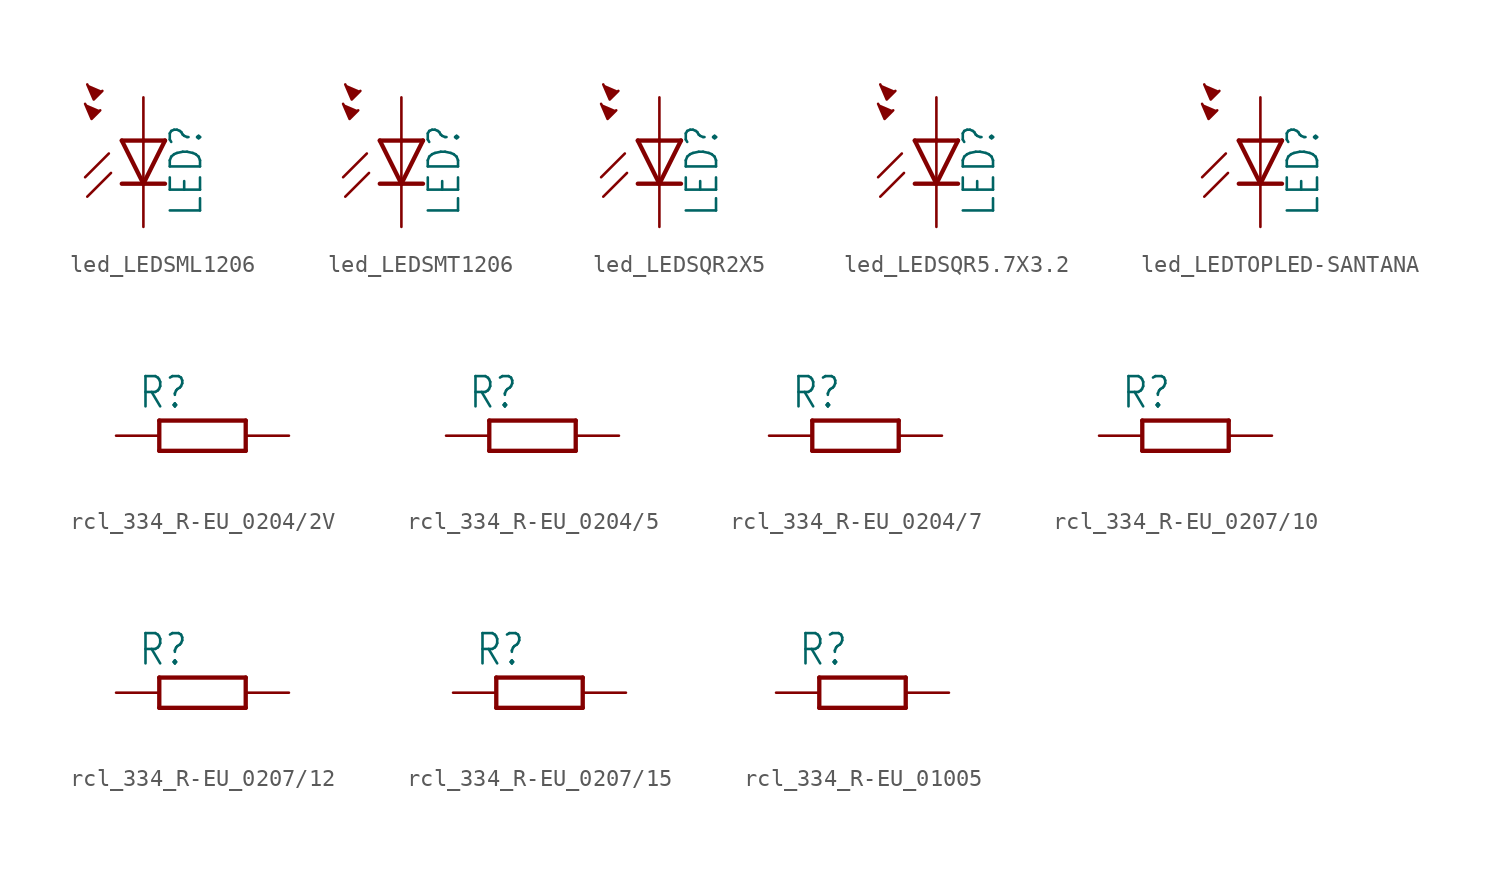
<source format=kicad_sym>
(kicad_symbol_lib
  (version 20241209)
  (generator "kicad_symbol_editor")
  (generator_version "9.0")
  (symbol "led_LEDSML1206"
    (property "Reference" "LED"
      (at 3.556 -4.572 90)
      (effects (font (size 1.778 1.511)) (justify left bottom)))
    (property "Value" ""
      (at 5.715 -4.572 90)
      (effects (font (size 1.778 1.511)) (justify left bottom)))
    (property "ki_locked" ""
      (at 0 0 0)
      (effects (font (size 1.27 1.27))))
    (symbol "led_LEDSML1206_1_0"
      (polyline (pts (xy -3.429 2.159) (xy -3.048 1.27) (xy -2.54 1.778)) (stroke (width 0.152) (type solid)) (fill (type outline)))
      (polyline (pts (xy -3.302 3.302) (xy -2.921 2.413) (xy -2.413 2.921)) (stroke (width 0.152) (type solid)) (fill (type outline)))
      (polyline (pts (xy -2.032 -0.762) (xy -3.429 -2.159)) (stroke (width 0.152) (type solid)) (fill (type none)))
      (polyline (pts (xy -1.905 -1.905) (xy -3.302 -3.302)) (stroke (width 0.152) (type solid)) (fill (type none)))
      (polyline (pts (xy 0 0) (xy -1.27 0)) (stroke (width 0.254) (type solid)) (fill (type none)))
      (polyline (pts (xy 0 0) (xy 0 -2.54)) (stroke (width 0.152) (type solid)) (fill (type none)))
      (polyline (pts (xy 0 -2.54) (xy -1.27 0)) (stroke (width 0.254) (type solid)) (fill (type none)))
      (polyline (pts (xy 0 -2.54) (xy -1.27 -2.54)) (stroke (width 0.254) (type solid)) (fill (type none)))
      (polyline (pts (xy 1.27 0) (xy 0 0)) (stroke (width 0.254) (type solid)) (fill (type none)))
      (polyline (pts (xy 1.27 0) (xy 0 -2.54)) (stroke (width 0.254) (type solid)) (fill (type none)))
      (polyline (pts (xy 1.27 -2.54) (xy 0 -2.54)) (stroke (width 0.254) (type solid)) (fill (type none)))
      (pin passive line (at 0 2.54 270) (length 2.54) (name "A" (effects (font (size 0 0)))) (number "A" (effects (font (size 0 0)))))
      (pin passive line (at 0 -5.08 90) (length 2.54) (name "C" (effects (font (size 0 0)))) (number "C" (effects (font (size 0 0)))))))
  (symbol "led_LEDSMT1206"
    (property "Reference" "LED"
      (at 3.556 -4.572 90)
      (effects (font (size 1.778 1.511)) (justify left bottom)))
    (property "Value" ""
      (at 5.715 -4.572 90)
      (effects (font (size 1.778 1.511)) (justify left bottom)))
    (property "ki_locked" ""
      (at 0 0 0)
      (effects (font (size 1.27 1.27))))
    (symbol "led_LEDSMT1206_1_0"
      (polyline (pts (xy -3.429 2.159) (xy -3.048 1.27) (xy -2.54 1.778)) (stroke (width 0.152) (type solid)) (fill (type outline)))
      (polyline (pts (xy -3.302 3.302) (xy -2.921 2.413) (xy -2.413 2.921)) (stroke (width 0.152) (type solid)) (fill (type outline)))
      (polyline (pts (xy -2.032 -0.762) (xy -3.429 -2.159)) (stroke (width 0.152) (type solid)) (fill (type none)))
      (polyline (pts (xy -1.905 -1.905) (xy -3.302 -3.302)) (stroke (width 0.152) (type solid)) (fill (type none)))
      (polyline (pts (xy 0 0) (xy -1.27 0)) (stroke (width 0.254) (type solid)) (fill (type none)))
      (polyline (pts (xy 0 0) (xy 0 -2.54)) (stroke (width 0.152) (type solid)) (fill (type none)))
      (polyline (pts (xy 0 -2.54) (xy -1.27 0)) (stroke (width 0.254) (type solid)) (fill (type none)))
      (polyline (pts (xy 0 -2.54) (xy -1.27 -2.54)) (stroke (width 0.254) (type solid)) (fill (type none)))
      (polyline (pts (xy 1.27 0) (xy 0 0)) (stroke (width 0.254) (type solid)) (fill (type none)))
      (polyline (pts (xy 1.27 0) (xy 0 -2.54)) (stroke (width 0.254) (type solid)) (fill (type none)))
      (polyline (pts (xy 1.27 -2.54) (xy 0 -2.54)) (stroke (width 0.254) (type solid)) (fill (type none)))
      (pin passive line (at 0 2.54 270) (length 2.54) (name "A" (effects (font (size 0 0)))) (number "A" (effects (font (size 0 0)))))
      (pin passive line (at 0 -5.08 90) (length 2.54) (name "C" (effects (font (size 0 0)))) (number "C" (effects (font (size 0 0)))))))
  (symbol "led_LEDSQR2X5"
    (property "Reference" "LED"
      (at 3.556 -4.572 90)
      (effects (font (size 1.778 1.511)) (justify left bottom)))
    (property "Value" ""
      (at 5.715 -4.572 90)
      (effects (font (size 1.778 1.511)) (justify left bottom)))
    (property "ki_locked" ""
      (at 0 0 0)
      (effects (font (size 1.27 1.27))))
    (symbol "led_LEDSQR2X5_1_0"
      (polyline (pts (xy -3.429 2.159) (xy -3.048 1.27) (xy -2.54 1.778)) (stroke (width 0.152) (type solid)) (fill (type outline)))
      (polyline (pts (xy -3.302 3.302) (xy -2.921 2.413) (xy -2.413 2.921)) (stroke (width 0.152) (type solid)) (fill (type outline)))
      (polyline (pts (xy -2.032 -0.762) (xy -3.429 -2.159)) (stroke (width 0.152) (type solid)) (fill (type none)))
      (polyline (pts (xy -1.905 -1.905) (xy -3.302 -3.302)) (stroke (width 0.152) (type solid)) (fill (type none)))
      (polyline (pts (xy 0 0) (xy -1.27 0)) (stroke (width 0.254) (type solid)) (fill (type none)))
      (polyline (pts (xy 0 0) (xy 0 -2.54)) (stroke (width 0.152) (type solid)) (fill (type none)))
      (polyline (pts (xy 0 -2.54) (xy -1.27 0)) (stroke (width 0.254) (type solid)) (fill (type none)))
      (polyline (pts (xy 0 -2.54) (xy -1.27 -2.54)) (stroke (width 0.254) (type solid)) (fill (type none)))
      (polyline (pts (xy 1.27 0) (xy 0 0)) (stroke (width 0.254) (type solid)) (fill (type none)))
      (polyline (pts (xy 1.27 0) (xy 0 -2.54)) (stroke (width 0.254) (type solid)) (fill (type none)))
      (polyline (pts (xy 1.27 -2.54) (xy 0 -2.54)) (stroke (width 0.254) (type solid)) (fill (type none)))
      (pin passive line (at 0 2.54 270) (length 2.54) (name "A" (effects (font (size 0 0)))) (number "A" (effects (font (size 0 0)))))
      (pin passive line (at 0 -5.08 90) (length 2.54) (name "C" (effects (font (size 0 0)))) (number "K" (effects (font (size 0 0)))))))
  (symbol "led_LEDSQR5.7X3.2"
    (property "Reference" "LED"
      (at 3.556 -4.572 90)
      (effects (font (size 1.778 1.511)) (justify left bottom)))
    (property "Value" ""
      (at 5.715 -4.572 90)
      (effects (font (size 1.778 1.511)) (justify left bottom)))
    (property "ki_locked" ""
      (at 0 0 0)
      (effects (font (size 1.27 1.27))))
    (symbol "led_LEDSQR5.7X3.2_1_0"
      (polyline (pts (xy -3.429 2.159) (xy -3.048 1.27) (xy -2.54 1.778)) (stroke (width 0.152) (type solid)) (fill (type outline)))
      (polyline (pts (xy -3.302 3.302) (xy -2.921 2.413) (xy -2.413 2.921)) (stroke (width 0.152) (type solid)) (fill (type outline)))
      (polyline (pts (xy -2.032 -0.762) (xy -3.429 -2.159)) (stroke (width 0.152) (type solid)) (fill (type none)))
      (polyline (pts (xy -1.905 -1.905) (xy -3.302 -3.302)) (stroke (width 0.152) (type solid)) (fill (type none)))
      (polyline (pts (xy 0 0) (xy -1.27 0)) (stroke (width 0.254) (type solid)) (fill (type none)))
      (polyline (pts (xy 0 0) (xy 0 -2.54)) (stroke (width 0.152) (type solid)) (fill (type none)))
      (polyline (pts (xy 0 -2.54) (xy -1.27 0)) (stroke (width 0.254) (type solid)) (fill (type none)))
      (polyline (pts (xy 0 -2.54) (xy -1.27 -2.54)) (stroke (width 0.254) (type solid)) (fill (type none)))
      (polyline (pts (xy 1.27 0) (xy 0 0)) (stroke (width 0.254) (type solid)) (fill (type none)))
      (polyline (pts (xy 1.27 0) (xy 0 -2.54)) (stroke (width 0.254) (type solid)) (fill (type none)))
      (polyline (pts (xy 1.27 -2.54) (xy 0 -2.54)) (stroke (width 0.254) (type solid)) (fill (type none)))
      (pin passive line (at 0 2.54 270) (length 2.54) (name "A" (effects (font (size 0 0)))) (number "A" (effects (font (size 0 0)))))
      (pin passive line (at 0 -5.08 90) (length 2.54) (name "C" (effects (font (size 0 0)))) (number "K" (effects (font (size 0 0)))))))
  (symbol "led_LEDTOPLED-SANTANA"
    (property "Reference" "LED"
      (at 3.556 -4.572 90)
      (effects (font (size 1.778 1.511)) (justify left bottom)))
    (property "Value" ""
      (at 5.715 -4.572 90)
      (effects (font (size 1.778 1.511)) (justify left bottom)))
    (property "ki_locked" ""
      (at 0 0 0)
      (effects (font (size 1.27 1.27))))
    (symbol "led_LEDTOPLED-SANTANA_1_0"
      (polyline (pts (xy -3.429 2.159) (xy -3.048 1.27) (xy -2.54 1.778)) (stroke (width 0.152) (type solid)) (fill (type outline)))
      (polyline (pts (xy -3.302 3.302) (xy -2.921 2.413) (xy -2.413 2.921)) (stroke (width 0.152) (type solid)) (fill (type outline)))
      (polyline (pts (xy -2.032 -0.762) (xy -3.429 -2.159)) (stroke (width 0.152) (type solid)) (fill (type none)))
      (polyline (pts (xy -1.905 -1.905) (xy -3.302 -3.302)) (stroke (width 0.152) (type solid)) (fill (type none)))
      (polyline (pts (xy 0 0) (xy -1.27 0)) (stroke (width 0.254) (type solid)) (fill (type none)))
      (polyline (pts (xy 0 0) (xy 0 -2.54)) (stroke (width 0.152) (type solid)) (fill (type none)))
      (polyline (pts (xy 0 -2.54) (xy -1.27 0)) (stroke (width 0.254) (type solid)) (fill (type none)))
      (polyline (pts (xy 0 -2.54) (xy -1.27 -2.54)) (stroke (width 0.254) (type solid)) (fill (type none)))
      (polyline (pts (xy 1.27 0) (xy 0 0)) (stroke (width 0.254) (type solid)) (fill (type none)))
      (polyline (pts (xy 1.27 0) (xy 0 -2.54)) (stroke (width 0.254) (type solid)) (fill (type none)))
      (polyline (pts (xy 1.27 -2.54) (xy 0 -2.54)) (stroke (width 0.254) (type solid)) (fill (type none)))
      (pin passive line (at 0 2.54 270) (length 2.54) (name "A" (effects (font (size 0 0)))) (number "A" (effects (font (size 0 0)))))
      (pin passive line (at 0 -5.08 90) (length 2.54) (name "C" (effects (font (size 0 0)))) (number "C" (effects (font (size 0 0)))))))
  (symbol "rcl_334_R-EU_0204/2V"
    (property "Reference" "R"
      (at -3.81 1.499 0)
      (effects (font (size 1.778 1.511)) (justify left bottom)))
    (property "Value" ""
      (at -3.81 -3.302 0)
      (effects (font (size 1.778 1.511)) (justify left bottom)))
    (property "ki_locked" ""
      (at 0 0 0)
      (effects (font (size 1.27 1.27))))
    (symbol "rcl_334_R-EU_0204/2V_1_0"
      (polyline (pts (xy -2.54 -0.889) (xy -2.54 0.889)) (stroke (width 0.254) (type solid)) (fill (type none)))
      (polyline (pts (xy -2.54 -0.889) (xy 2.54 -0.889)) (stroke (width 0.254) (type solid)) (fill (type none)))
      (polyline (pts (xy 2.54 0.889) (xy -2.54 0.889)) (stroke (width 0.254) (type solid)) (fill (type none)))
      (polyline (pts (xy 2.54 -0.889) (xy 2.54 0.889)) (stroke (width 0.254) (type solid)) (fill (type none)))
      (pin passive line (at -5.08 0 0) (length 2.54) (name "1" (effects (font (size 0 0)))) (number "1" (effects (font (size 0 0)))))
      (pin passive line (at 5.08 0 180) (length 2.54) (name "2" (effects (font (size 0 0)))) (number "2" (effects (font (size 0 0)))))))
  (symbol "rcl_334_R-EU_0204/5"
    (property "Reference" "R"
      (at -3.81 1.499 0)
      (effects (font (size 1.778 1.511)) (justify left bottom)))
    (property "Value" ""
      (at -3.81 -3.302 0)
      (effects (font (size 1.778 1.511)) (justify left bottom)))
    (property "ki_locked" ""
      (at 0 0 0)
      (effects (font (size 1.27 1.27))))
    (symbol "rcl_334_R-EU_0204/5_1_0"
      (polyline (pts (xy -2.54 -0.889) (xy -2.54 0.889)) (stroke (width 0.254) (type solid)) (fill (type none)))
      (polyline (pts (xy -2.54 -0.889) (xy 2.54 -0.889)) (stroke (width 0.254) (type solid)) (fill (type none)))
      (polyline (pts (xy 2.54 0.889) (xy -2.54 0.889)) (stroke (width 0.254) (type solid)) (fill (type none)))
      (polyline (pts (xy 2.54 -0.889) (xy 2.54 0.889)) (stroke (width 0.254) (type solid)) (fill (type none)))
      (pin passive line (at -5.08 0 0) (length 2.54) (name "1" (effects (font (size 0 0)))) (number "1" (effects (font (size 0 0)))))
      (pin passive line (at 5.08 0 180) (length 2.54) (name "2" (effects (font (size 0 0)))) (number "2" (effects (font (size 0 0)))))))
  (symbol "rcl_334_R-EU_0204/7"
    (property "Reference" "R"
      (at -3.81 1.499 0)
      (effects (font (size 1.778 1.511)) (justify left bottom)))
    (property "Value" ""
      (at -3.81 -3.302 0)
      (effects (font (size 1.778 1.511)) (justify left bottom)))
    (property "ki_locked" ""
      (at 0 0 0)
      (effects (font (size 1.27 1.27))))
    (symbol "rcl_334_R-EU_0204/7_1_0"
      (polyline (pts (xy -2.54 -0.889) (xy -2.54 0.889)) (stroke (width 0.254) (type solid)) (fill (type none)))
      (polyline (pts (xy -2.54 -0.889) (xy 2.54 -0.889)) (stroke (width 0.254) (type solid)) (fill (type none)))
      (polyline (pts (xy 2.54 0.889) (xy -2.54 0.889)) (stroke (width 0.254) (type solid)) (fill (type none)))
      (polyline (pts (xy 2.54 -0.889) (xy 2.54 0.889)) (stroke (width 0.254) (type solid)) (fill (type none)))
      (pin passive line (at -5.08 0 0) (length 2.54) (name "1" (effects (font (size 0 0)))) (number "1" (effects (font (size 0 0)))))
      (pin passive line (at 5.08 0 180) (length 2.54) (name "2" (effects (font (size 0 0)))) (number "2" (effects (font (size 0 0)))))))
  (symbol "rcl_334_R-EU_0207/10"
    (property "Reference" "R"
      (at -3.81 1.499 0)
      (effects (font (size 1.778 1.511)) (justify left bottom)))
    (property "Value" ""
      (at -3.81 -3.302 0)
      (effects (font (size 1.778 1.511)) (justify left bottom)))
    (property "ki_locked" ""
      (at 0 0 0)
      (effects (font (size 1.27 1.27))))
    (symbol "rcl_334_R-EU_0207/10_1_0"
      (polyline (pts (xy -2.54 -0.889) (xy -2.54 0.889)) (stroke (width 0.254) (type solid)) (fill (type none)))
      (polyline (pts (xy -2.54 -0.889) (xy 2.54 -0.889)) (stroke (width 0.254) (type solid)) (fill (type none)))
      (polyline (pts (xy 2.54 0.889) (xy -2.54 0.889)) (stroke (width 0.254) (type solid)) (fill (type none)))
      (polyline (pts (xy 2.54 -0.889) (xy 2.54 0.889)) (stroke (width 0.254) (type solid)) (fill (type none)))
      (pin passive line (at -5.08 0 0) (length 2.54) (name "1" (effects (font (size 0 0)))) (number "1" (effects (font (size 0 0)))))
      (pin passive line (at 5.08 0 180) (length 2.54) (name "2" (effects (font (size 0 0)))) (number "2" (effects (font (size 0 0)))))))
  (symbol "rcl_334_R-EU_0207/12"
    (property "Reference" "R"
      (at -3.81 1.499 0)
      (effects (font (size 1.778 1.511)) (justify left bottom)))
    (property "Value" ""
      (at -3.81 -3.302 0)
      (effects (font (size 1.778 1.511)) (justify left bottom)))
    (property "ki_locked" ""
      (at 0 0 0)
      (effects (font (size 1.27 1.27))))
    (symbol "rcl_334_R-EU_0207/12_1_0"
      (polyline (pts (xy -2.54 -0.889) (xy -2.54 0.889)) (stroke (width 0.254) (type solid)) (fill (type none)))
      (polyline (pts (xy -2.54 -0.889) (xy 2.54 -0.889)) (stroke (width 0.254) (type solid)) (fill (type none)))
      (polyline (pts (xy 2.54 0.889) (xy -2.54 0.889)) (stroke (width 0.254) (type solid)) (fill (type none)))
      (polyline (pts (xy 2.54 -0.889) (xy 2.54 0.889)) (stroke (width 0.254) (type solid)) (fill (type none)))
      (pin passive line (at -5.08 0 0) (length 2.54) (name "1" (effects (font (size 0 0)))) (number "1" (effects (font (size 0 0)))))
      (pin passive line (at 5.08 0 180) (length 2.54) (name "2" (effects (font (size 0 0)))) (number "2" (effects (font (size 0 0)))))))
  (symbol "rcl_334_R-EU_0207/15"
    (property "Reference" "R"
      (at -3.81 1.499 0)
      (effects (font (size 1.778 1.511)) (justify left bottom)))
    (property "Value" ""
      (at -3.81 -3.302 0)
      (effects (font (size 1.778 1.511)) (justify left bottom)))
    (property "ki_locked" ""
      (at 0 0 0)
      (effects (font (size 1.27 1.27))))
    (symbol "rcl_334_R-EU_0207/15_1_0"
      (polyline (pts (xy -2.54 -0.889) (xy -2.54 0.889)) (stroke (width 0.254) (type solid)) (fill (type none)))
      (polyline (pts (xy -2.54 -0.889) (xy 2.54 -0.889)) (stroke (width 0.254) (type solid)) (fill (type none)))
      (polyline (pts (xy 2.54 0.889) (xy -2.54 0.889)) (stroke (width 0.254) (type solid)) (fill (type none)))
      (polyline (pts (xy 2.54 -0.889) (xy 2.54 0.889)) (stroke (width 0.254) (type solid)) (fill (type none)))
      (pin passive line (at -5.08 0 0) (length 2.54) (name "1" (effects (font (size 0 0)))) (number "1" (effects (font (size 0 0)))))
      (pin passive line (at 5.08 0 180) (length 2.54) (name "2" (effects (font (size 0 0)))) (number "2" (effects (font (size 0 0)))))))
  (symbol "rcl_334_R-EU_01005"
    (property "Reference" "R"
      (at -3.81 1.499 0)
      (effects (font (size 1.778 1.511)) (justify left bottom)))
    (property "Value" ""
      (at -3.81 -3.302 0)
      (effects (font (size 1.778 1.511)) (justify left bottom)))
    (property "ki_locked" ""
      (at 0 0 0)
      (effects (font (size 1.27 1.27))))
    (symbol "rcl_334_R-EU_01005_1_0"
      (polyline (pts (xy -2.54 -0.889) (xy -2.54 0.889)) (stroke (width 0.254) (type solid)) (fill (type none)))
      (polyline (pts (xy -2.54 -0.889) (xy 2.54 -0.889)) (stroke (width 0.254) (type solid)) (fill (type none)))
      (polyline (pts (xy 2.54 0.889) (xy -2.54 0.889)) (stroke (width 0.254) (type solid)) (fill (type none)))
      (polyline (pts (xy 2.54 -0.889) (xy 2.54 0.889)) (stroke (width 0.254) (type solid)) (fill (type none)))
      (pin passive line (at -5.08 0 0) (length 2.54) (name "1" (effects (font (size 0 0)))) (number "1" (effects (font (size 0 0)))))
      (pin passive line (at 5.08 0 180) (length 2.54) (name "2" (effects (font (size 0 0)))) (number "2" (effects (font (size 0 0))))))))
</source>
